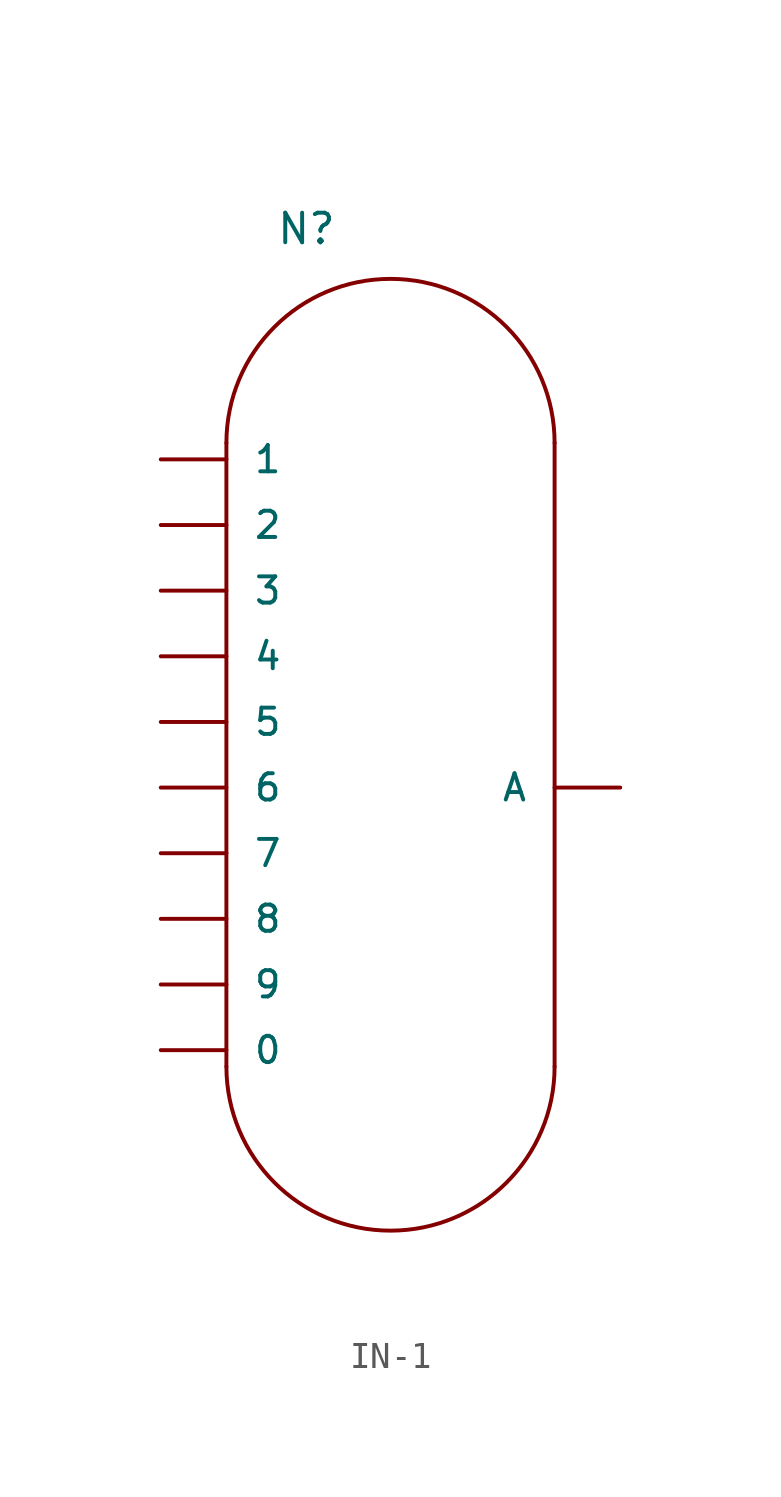
<source format=kicad_sym>
(kicad_symbol_lib
  (version 20210619)
  (generator kicad_symbol_editor)
  (symbol "Nixie_tubes:IN-1"
    (pin_numbers hide)
    (pin_names
      (offset 1.016))
    (property "Reference" "N"
      (at -5.715 20.955 0)
      (effects (font (size 1.143 1.143)) (justify left bottom)))
    (property "ki_locked" ""
      (at 0 0 0)
      (effects (font (size 1.27 1.27))))
    (symbol "IN-1_1_0"
      (polyline (pts (xy -7.62 -10.795) (xy -7.62 13.335)) (stroke (width 0)) (fill (type none)))
      (polyline (pts (xy 5.08 -10.795) (xy 5.08 13.335)) (stroke (width 0)) (fill (type none))))
    (symbol "IN-1_1_1"
      (arc (start -7.62 -10.795) (end 5.08 -10.795) (radius (at -1.27 -10.795) (length 6.35) (angles -179.9 -0.1)) (stroke (width 0)) (fill (type none)))
      (arc (start 5.08 13.335) (end -7.62 13.335) (radius (at -1.27 13.335) (length 6.35) (angles 0.1 179.9)) (stroke (width 0)) (fill (type none)))
      (pin bidirectional line (at -10.16 -10.16 0) (length 2.54) (name "0" (effects (font (size 1.016 1.016)))) (number "0" (effects (font (size 1.016 1.016)))))
      (pin bidirectional line (at -10.16 12.7 0) (length 2.54) (name "1" (effects (font (size 1.016 1.016)))) (number "1" (effects (font (size 1.016 1.016)))))
      (pin bidirectional line (at -10.16 10.16 0) (length 2.54) (name "2" (effects (font (size 1.016 1.016)))) (number "2" (effects (font (size 1.016 1.016)))))
      (pin bidirectional line (at -10.16 7.62 0) (length 2.54) (name "3" (effects (font (size 1.016 1.016)))) (number "3" (effects (font (size 1.016 1.016)))))
      (pin bidirectional line (at -10.16 5.08 0) (length 2.54) (name "4" (effects (font (size 1.016 1.016)))) (number "4" (effects (font (size 1.016 1.016)))))
      (pin bidirectional line (at -10.16 2.54 0) (length 2.54) (name "5" (effects (font (size 1.016 1.016)))) (number "5" (effects (font (size 1.016 1.016)))))
      (pin bidirectional line (at -10.16 0 0) (length 2.54) (name "6" (effects (font (size 1.016 1.016)))) (number "6" (effects (font (size 1.016 1.016)))))
      (pin bidirectional line (at -10.16 -2.54 0) (length 2.54) (name "7" (effects (font (size 1.016 1.016)))) (number "7" (effects (font (size 1.016 1.016)))))
      (pin bidirectional line (at -10.16 -5.08 0) (length 2.54) (name "8" (effects (font (size 1.016 1.016)))) (number "8" (effects (font (size 1.016 1.016)))))
      (pin bidirectional line (at -10.16 -7.62 0) (length 2.54) (name "9" (effects (font (size 1.016 1.016)))) (number "9" (effects (font (size 1.016 1.016)))))
      (pin bidirectional line (at 7.62 0 180) (length 2.54) (name "A" (effects (font (size 1.016 1.016)))) (number "A" (effects (font (size 1.016 1.016))))))))
</source>
